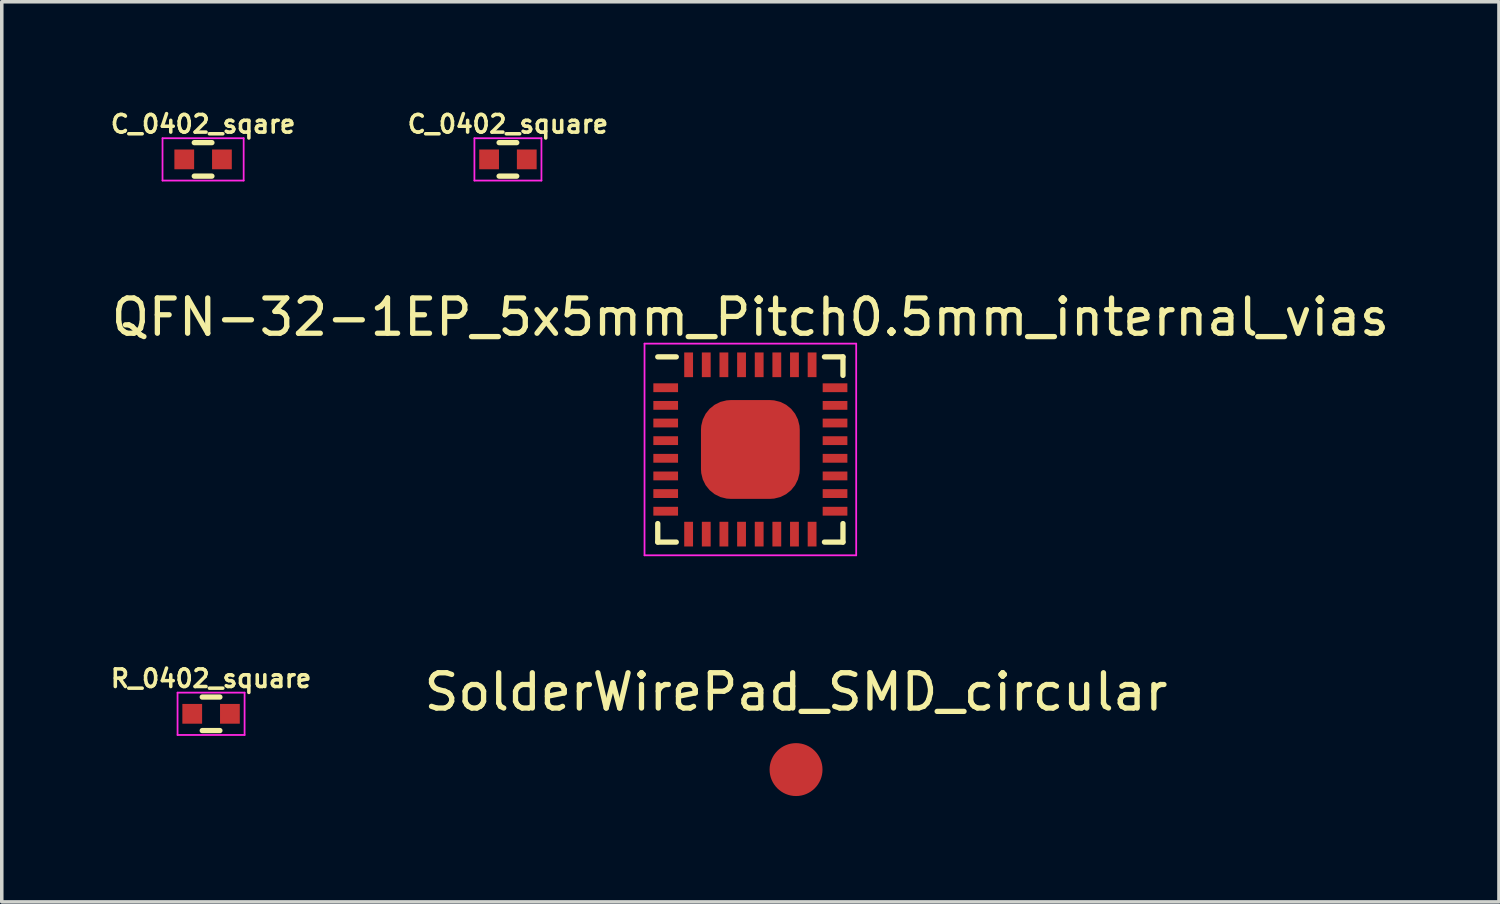
<source format=kicad_pcb>
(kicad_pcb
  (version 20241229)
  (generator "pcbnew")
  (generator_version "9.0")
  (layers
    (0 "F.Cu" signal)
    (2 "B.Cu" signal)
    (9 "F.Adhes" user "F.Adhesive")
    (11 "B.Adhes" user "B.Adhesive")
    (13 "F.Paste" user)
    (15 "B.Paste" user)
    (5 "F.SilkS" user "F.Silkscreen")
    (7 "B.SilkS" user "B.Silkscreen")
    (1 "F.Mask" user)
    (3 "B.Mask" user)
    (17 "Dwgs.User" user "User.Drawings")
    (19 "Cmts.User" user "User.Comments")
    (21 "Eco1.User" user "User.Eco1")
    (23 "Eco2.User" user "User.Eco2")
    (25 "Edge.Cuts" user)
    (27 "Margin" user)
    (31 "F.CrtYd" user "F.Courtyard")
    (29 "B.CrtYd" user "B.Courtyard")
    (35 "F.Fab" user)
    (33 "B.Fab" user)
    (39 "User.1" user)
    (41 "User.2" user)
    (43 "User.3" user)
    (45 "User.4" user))
  (footprint "C_0402_sqare"
    (layer "F.Cu")
    (at 2.707 1.468)
    (property "Reference" "C_0402_sqare" (at 0 -1 0) (layer "F.SilkS") (effects (font (size 0.5 0.5) (thickness 0.1))))
    (attr smd)
    (fp_line (start -0.25 0.475) (end 0.25 0.475) (stroke (width 0.15) (type solid)) (layer "F.SilkS"))
    (fp_line (start 0.25 -0.475) (end -0.25 -0.475) (stroke (width 0.15) (type solid)) (layer "F.SilkS"))
    (fp_line (start -1.15 -0.6) (end -1.15 0.6) (stroke (width 0.05) (type solid)) (layer "F.CrtYd"))
    (fp_line (start -1.15 -0.6) (end 1.15 -0.6) (stroke (width 0.05) (type solid)) (layer "F.CrtYd"))
    (fp_line (start -1.15 0.6) (end 1.15 0.6) (stroke (width 0.05) (type solid)) (layer "F.CrtYd"))
    (fp_line (start 1.15 -0.6) (end 1.15 0.6) (stroke (width 0.05) (type solid)) (layer "F.CrtYd"))
    (pad "1" smd rect (at -0.534 0) (size 0.56 0.56) (layers "F.Cu" "F.Mask" "F.Paste"))
    (pad "2" smd rect (at 0.534 0) (size 0.56 0.56) (layers "F.Cu" "F.Mask" "F.Paste")))
  (footprint "R_0402_square"
    (layer "F.Cu")
    (at 2.933 17.184)
    (property "Reference" "R_0402_square" (at 0 -1 0) (layer "F.SilkS") (effects (font (size 0.5 0.5) (thickness 0.1))))
    (attr smd)
    (fp_line (start -0.25 0.475) (end 0.25 0.475) (stroke (width 0.15) (type solid)) (layer "F.SilkS"))
    (fp_line (start 0.25 -0.475) (end -0.25 -0.475) (stroke (width 0.15) (type solid)) (layer "F.SilkS"))
    (fp_line (start -0.95 -0.6) (end -0.95 0.6) (stroke (width 0.05) (type solid)) (layer "F.CrtYd"))
    (fp_line (start -0.95 -0.6) (end 0.95 -0.6) (stroke (width 0.05) (type solid)) (layer "F.CrtYd"))
    (fp_line (start -0.95 0.6) (end 0.95 0.6) (stroke (width 0.05) (type solid)) (layer "F.CrtYd"))
    (fp_line (start 0.95 -0.6) (end 0.95 0.6) (stroke (width 0.05) (type solid)) (layer "F.CrtYd"))
    (pad "1" smd rect (at -0.534 0) (size 0.56 0.56) (layers "F.Cu" "F.Mask" "F.Paste"))
    (pad "2" smd rect (at 0.534 0) (size 0.56 0.56) (layers "F.Cu" "F.Mask" "F.Paste")))
  (footprint "SolderWirePad_SMD_circular"
    (layer "F.Cu")
    (at 19.515 18.765)
    (property "Reference" "SolderWirePad_SMD_circular" (at 0 -2.2 0) (layer "F.SilkS") (effects (font (size 1 1) (thickness 0.15))))
    (attr smd)
    (pad "1" smd circle (at 0 0) (size 1.5 1.5) (layers "F.Cu" "F.Mask" "F.Paste")))
  (footprint "QFN-32-1EP_5x5mm_Pitch0.5mm_internal_vias"
    (layer "F.Cu")
    (at 18.22 9.691)
    (property "Reference" "QFN-32-1EP_5x5mm_Pitch0.5mm_internal_vias" (at 0 -3.75 0) (layer "F.SilkS") (effects (font (size 1 1) (thickness 0.15))))
    (attr smd)
    (fp_line (start -2.625 -2.625) (end -2.1 -2.625) (stroke (width 0.15) (type solid)) (layer "F.SilkS"))
    (fp_line (start -2.625 2.625) (end -2.625 2.1) (stroke (width 0.15) (type solid)) (layer "F.SilkS"))
    (fp_line (start -2.625 2.625) (end -2.1 2.625) (stroke (width 0.15) (type solid)) (layer "F.SilkS"))
    (fp_line (start 2.625 -2.625) (end 2.1 -2.625) (stroke (width 0.15) (type solid)) (layer "F.SilkS"))
    (fp_line (start 2.625 -2.625) (end 2.625 -2.1) (stroke (width 0.15) (type solid)) (layer "F.SilkS"))
    (fp_line (start 2.625 2.625) (end 2.1 2.625) (stroke (width 0.15) (type solid)) (layer "F.SilkS"))
    (fp_line (start 2.625 2.625) (end 2.625 2.1) (stroke (width 0.15) (type solid)) (layer "F.SilkS"))
    (fp_line (start -3 -3) (end -3 3) (stroke (width 0.05) (type solid)) (layer "F.CrtYd"))
    (fp_line (start -3 -3) (end 3 -3) (stroke (width 0.05) (type solid)) (layer "F.CrtYd"))
    (fp_line (start -3 3) (end 3 3) (stroke (width 0.05) (type solid)) (layer "F.CrtYd"))
    (fp_line (start 3 -3) (end 3 3) (stroke (width 0.05) (type solid)) (layer "F.CrtYd"))
    (pad "1" smd rect (at -2.4 -1.75) (size 0.7 0.25) (layers "F.Cu" "F.Mask" "F.Paste"))
    (pad "2" smd rect (at -2.4 -1.25) (size 0.7 0.25) (layers "F.Cu" "F.Mask" "F.Paste"))
    (pad "3" smd rect (at -2.4 -0.75) (size 0.7 0.25) (layers "F.Cu" "F.Mask" "F.Paste"))
    (pad "4" smd rect (at -2.4 -0.25) (size 0.7 0.25) (layers "F.Cu" "F.Mask" "F.Paste"))
    (pad "5" smd rect (at -2.4 0.25) (size 0.7 0.25) (layers "F.Cu" "F.Mask" "F.Paste"))
    (pad "6" smd rect (at -2.4 0.75) (size 0.7 0.25) (layers "F.Cu" "F.Mask" "F.Paste"))
    (pad "7" smd rect (at -2.4 1.25) (size 0.7 0.25) (layers "F.Cu" "F.Mask" "F.Paste"))
    (pad "8" smd rect (at -2.4 1.75) (size 0.7 0.25) (layers "F.Cu" "F.Mask" "F.Paste"))
    (pad "9" smd rect (at -1.75 2.4 90) (size 0.7 0.25) (layers "F.Cu" "F.Mask" "F.Paste"))
    (pad "10" smd rect (at -1.25 2.4 90) (size 0.7 0.25) (layers "F.Cu" "F.Mask" "F.Paste"))
    (pad "11" smd rect (at -0.75 2.4 90) (size 0.7 0.25) (layers "F.Cu" "F.Mask" "F.Paste"))
    (pad "12" smd rect (at -0.25 2.4 90) (size 0.7 0.25) (layers "F.Cu" "F.Mask" "F.Paste"))
    (pad "13" smd rect (at 0.25 2.4 90) (size 0.7 0.25) (layers "F.Cu" "F.Mask" "F.Paste"))
    (pad "14" smd rect (at 0.75 2.4 90) (size 0.7 0.25) (layers "F.Cu" "F.Mask" "F.Paste"))
    (pad "15" smd rect (at 1.25 2.4 90) (size 0.7 0.25) (layers "F.Cu" "F.Mask" "F.Paste"))
    (pad "16" smd rect (at 1.75 2.4 90) (size 0.7 0.25) (layers "F.Cu" "F.Mask" "F.Paste"))
    (pad "17" smd rect (at 2.4 1.75) (size 0.7 0.25) (layers "F.Cu" "F.Mask" "F.Paste"))
    (pad "18" smd rect (at 2.4 1.25) (size 0.7 0.25) (layers "F.Cu" "F.Mask" "F.Paste"))
    (pad "19" smd rect (at 2.4 0.75) (size 0.7 0.25) (layers "F.Cu" "F.Mask" "F.Paste"))
    (pad "20" smd rect (at 2.4 0.25) (size 0.7 0.25) (layers "F.Cu" "F.Mask" "F.Paste"))
    (pad "21" smd rect (at 2.4 -0.25) (size 0.7 0.25) (layers "F.Cu" "F.Mask" "F.Paste"))
    (pad "22" smd rect (at 2.4 -0.75) (size 0.7 0.25) (layers "F.Cu" "F.Mask" "F.Paste"))
    (pad "23" smd rect (at 2.4 -1.25) (size 0.7 0.25) (layers "F.Cu" "F.Mask" "F.Paste"))
    (pad "24" smd rect (at 2.4 -1.75) (size 0.7 0.25) (layers "F.Cu" "F.Mask" "F.Paste"))
    (pad "25" smd rect (at 1.75 -2.4 90) (size 0.7 0.25) (layers "F.Cu" "F.Mask" "F.Paste"))
    (pad "26" smd rect (at 1.25 -2.4 90) (size 0.7 0.25) (layers "F.Cu" "F.Mask" "F.Paste"))
    (pad "27" smd rect (at 0.75 -2.4 90) (size 0.7 0.25) (layers "F.Cu" "F.Mask" "F.Paste"))
    (pad "28" smd rect (at 0.25 -2.4 90) (size 0.7 0.25) (layers "F.Cu" "F.Mask" "F.Paste"))
    (pad "29" smd rect (at -0.25 -2.4 90) (size 0.7 0.25) (layers "F.Cu" "F.Mask" "F.Paste"))
    (pad "30" smd rect (at -0.75 -2.4 90) (size 0.7 0.25) (layers "F.Cu" "F.Mask" "F.Paste"))
    (pad "31" smd rect (at -1.25 -2.4 90) (size 0.7 0.25) (layers "F.Cu" "F.Mask" "F.Paste"))
    (pad "32" smd rect (at -1.75 -2.4 90) (size 0.7 0.25) (layers "F.Cu" "F.Mask" "F.Paste"))
    (pad "33" smd roundrect (at 0 0) (size 2.8 2.8) (layers "F.Cu" "F.Mask" "F.Paste") (roundrect_rratio 0.3)))
  (footprint "C_0402_square"
    (layer "F.Cu")
    (at 11.348 1.468)
    (property "Reference" "C_0402_square" (at 0 -1 0) (layer "F.SilkS") (effects (font (size 0.5 0.5) (thickness 0.1))))
    (attr smd)
    (fp_line (start -0.25 0.475) (end 0.25 0.475) (stroke (width 0.15) (type solid)) (layer "F.SilkS"))
    (fp_line (start 0.25 -0.475) (end -0.25 -0.475) (stroke (width 0.15) (type solid)) (layer "F.SilkS"))
    (fp_line (start -0.95 -0.6) (end -0.95 0.6) (stroke (width 0.05) (type solid)) (layer "F.CrtYd"))
    (fp_line (start -0.95 -0.6) (end 0.95 -0.6) (stroke (width 0.05) (type solid)) (layer "F.CrtYd"))
    (fp_line (start -0.95 0.6) (end 0.95 0.6) (stroke (width 0.05) (type solid)) (layer "F.CrtYd"))
    (fp_line (start 0.95 -0.6) (end 0.95 0.6) (stroke (width 0.05) (type solid)) (layer "F.CrtYd"))
    (pad "1" smd rect (at -0.534 0) (size 0.56 0.56) (layers "F.Cu" "F.Mask" "F.Paste"))
    (pad "2" smd rect (at 0.534 0) (size 0.56 0.56) (layers "F.Cu" "F.Mask" "F.Paste")))
  (gr_rect
    (start -3 -3)
    (end 39.44 22.515)
    (stroke (width 0.1) (type default))
    (fill no)
    (layer "Edge.Cuts")))
</source>
